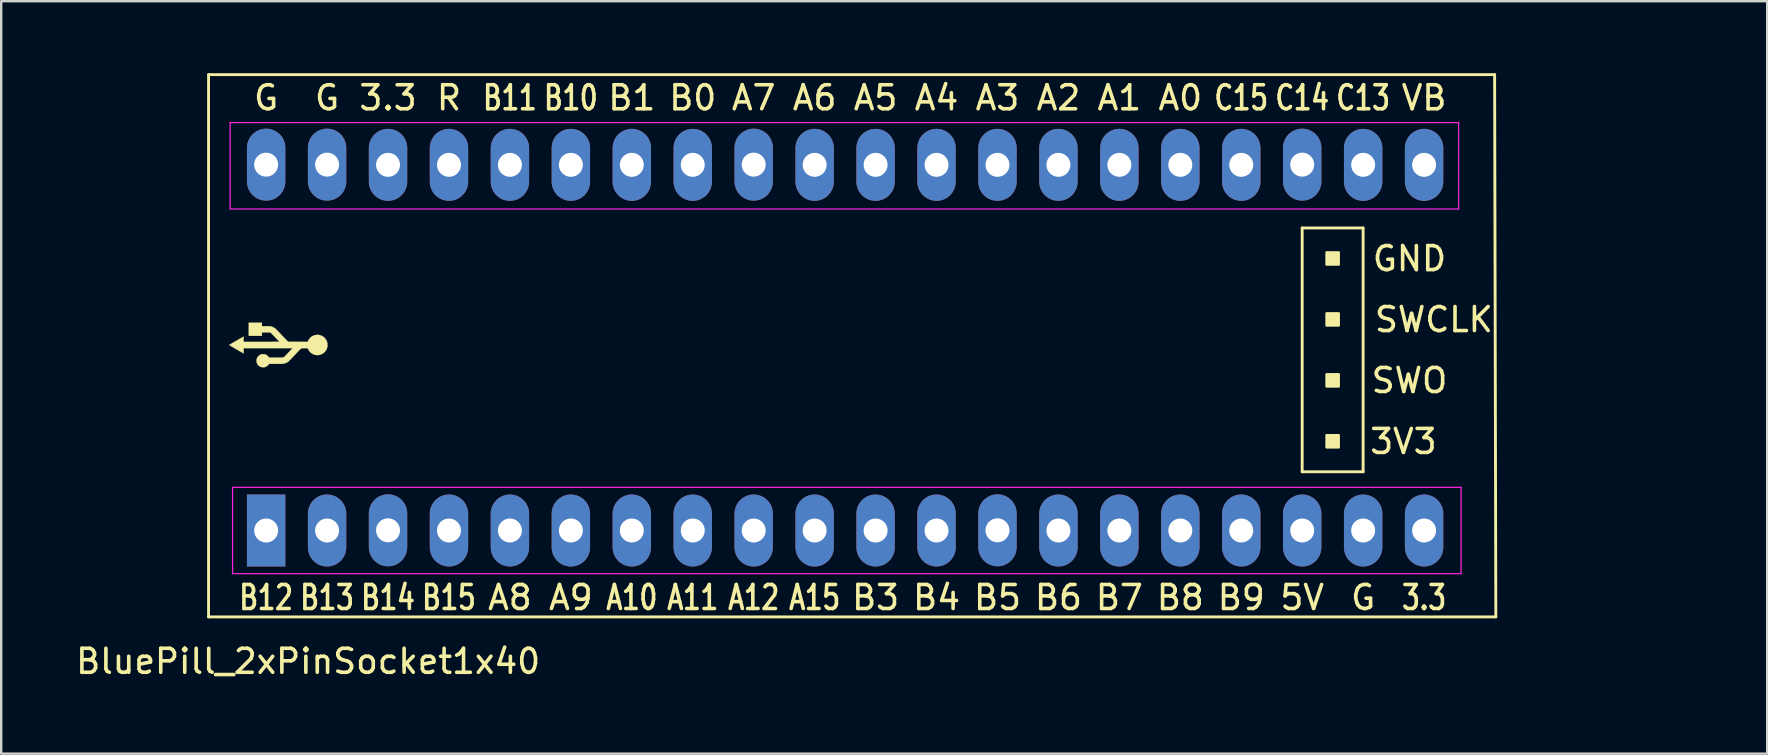
<source format=kicad_pcb>
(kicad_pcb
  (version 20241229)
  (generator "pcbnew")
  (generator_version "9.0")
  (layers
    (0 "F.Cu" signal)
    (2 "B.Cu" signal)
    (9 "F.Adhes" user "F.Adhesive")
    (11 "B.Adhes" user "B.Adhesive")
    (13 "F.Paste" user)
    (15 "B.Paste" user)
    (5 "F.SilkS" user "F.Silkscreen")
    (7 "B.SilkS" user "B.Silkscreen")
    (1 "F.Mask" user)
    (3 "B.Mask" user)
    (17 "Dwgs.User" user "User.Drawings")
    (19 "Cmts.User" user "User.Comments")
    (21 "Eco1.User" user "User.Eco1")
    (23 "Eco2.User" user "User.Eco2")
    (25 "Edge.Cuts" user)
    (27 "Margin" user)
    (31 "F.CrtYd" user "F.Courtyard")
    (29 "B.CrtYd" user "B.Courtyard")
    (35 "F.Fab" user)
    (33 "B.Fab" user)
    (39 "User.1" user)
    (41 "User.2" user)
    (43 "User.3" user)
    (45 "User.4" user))
  (footprint "BluePill_2xPinSocket1x40"
    (layer "F.Cu")
    (at 8.042 19.06)
    (property "Reference" "BluePill_2xPinSocket1x40" (at 1.75 5.453 180) (layer "F.SilkS") (effects (font (size 1 1) (thickness 0.15))))
    (attr through_hole)
    (fp_line (start -2.4 -19) (end 51.2 -19) (stroke (width 0.12) (type solid)) (layer "F.SilkS"))
    (fp_line (start -2.4 3.6) (end -2.4 -19) (stroke (width 0.12) (type solid)) (layer "F.SilkS"))
    (fp_line (start 43.179 -12.608) (end 43.179 -2.448) (stroke (width 0.12) (type solid)) (layer "F.SilkS"))
    (fp_line (start 43.179 -2.448) (end 45.719 -2.448) (stroke (width 0.12) (type solid)) (layer "F.SilkS"))
    (fp_line (start 45.719 -12.608) (end 43.179 -12.608) (stroke (width 0.12) (type solid)) (layer "F.SilkS"))
    (fp_line (start 45.719 -2.448) (end 45.719 -12.608) (stroke (width 0.12) (type solid)) (layer "F.SilkS"))
    (fp_line (start 51.2 -19) (end 51.25 3.6) (stroke (width 0.12) (type solid)) (layer "F.SilkS"))
    (fp_line (start 51.25 3.6) (end -2.4 3.6) (stroke (width 0.12) (type solid)) (layer "F.SilkS"))
    (fp_poly (pts (xy 44.195 -11.084) (xy 44.703 -11.084) (xy 44.703 -11.592) (xy 44.195 -11.592)) (stroke (width 0.1) (type solid)) (fill yes) (layer "F.SilkS"))
    (fp_poly (pts (xy 44.195 -8.544) (xy 44.703 -8.544) (xy 44.703 -9.052) (xy 44.195 -9.052)) (stroke (width 0.1) (type solid)) (fill yes) (layer "F.SilkS"))
    (fp_poly (pts (xy 44.195 -6.004) (xy 44.703 -6.004) (xy 44.703 -6.512) (xy 44.195 -6.512)) (stroke (width 0.1) (type solid)) (fill yes) (layer "F.SilkS"))
    (fp_poly (pts (xy 44.195 -3.464) (xy 44.703 -3.464) (xy 44.703 -3.972) (xy 44.195 -3.972)) (stroke (width 0.1) (type solid)) (fill yes) (layer "F.SilkS"))
    (fp_poly (pts (xy -1.538 -7.735) (xy -1.528 -7.742) (xy -1.511 -7.752) (xy -1.488 -7.765) (xy -1.461 -7.782) (xy -1.428 -7.801) (xy -1.392 -7.822) (xy -1.352 -7.845) (xy -1.309 -7.87) (xy -1.264 -7.896) (xy -1.24 -7.91) (xy -0.94 -8.083) (xy -0.939 -7.973) (xy -0.938 -7.863) (xy -0.193 -7.863) (xy -0.114 -7.863) (xy -0.037 -7.863) (xy 0.036 -7.863) (xy 0.107 -7.863) (xy 0.174 -7.863) (xy 0.237 -7.863) (xy 0.295 -7.864) (xy 0.349 -7.864) (xy 0.397 -7.864) (xy 0.44 -7.864) (xy 0.476 -7.864) (xy 0.506 -7.864) (xy 0.529 -7.865) (xy 0.544 -7.865) (xy 0.552 -7.865) (xy 0.552 -7.865) (xy 0.55 -7.869) (xy 0.541 -7.878) (xy 0.529 -7.892) (xy 0.512 -7.91) (xy 0.492 -7.931) (xy 0.469 -7.955) (xy 0.444 -7.982) (xy 0.417 -8.01) (xy 0.39 -8.038) (xy 0.362 -8.067) (xy 0.335 -8.096) (xy 0.308 -8.123) (xy 0.284 -8.149) (xy 0.261 -8.172) (xy 0.242 -8.192) (xy 0.225 -8.208) (xy 0.213 -8.22) (xy 0.206 -8.227) (xy 0.205 -8.228) (xy 0.191 -8.237) (xy 0.174 -8.245) (xy 0.165 -8.249) (xy 0.159 -8.251) (xy 0.152 -8.252) (xy 0.143 -8.254) (xy 0.132 -8.255) (xy 0.118 -8.256) (xy 0.1 -8.256) (xy 0.077 -8.256) (xy 0.048 -8.257) (xy 0.011 -8.257) (xy -0.017 -8.257) (xy -0.176 -8.257) (xy -0.176 -8.113) (xy -0.726 -8.113) (xy -0.726 -8.663) (xy -0.176 -8.663) (xy -0.176 -8.515) (xy 0.003 -8.514) (xy 0.182 -8.513) (xy 0.22 -8.501) (xy 0.261 -8.486) (xy 0.303 -8.467) (xy 0.343 -8.445) (xy 0.377 -8.421) (xy 0.377 -8.421) (xy 0.388 -8.412) (xy 0.405 -8.396) (xy 0.427 -8.374) (xy 0.455 -8.346) (xy 0.488 -8.312) (xy 0.527 -8.272) (xy 0.572 -8.225) (xy 0.623 -8.172) (xy 0.653 -8.14) (xy 0.698 -8.092) (xy 0.738 -8.051) (xy 0.773 -8.014) (xy 0.803 -7.983) (xy 0.828 -7.957) (xy 0.85 -7.935) (xy 0.867 -7.917) (xy 0.882 -7.903) (xy 0.894 -7.892) (xy 0.903 -7.884) (xy 0.91 -7.879) (xy 0.915 -7.875) (xy 0.915 -7.875) (xy 0.936 -7.865) (xy 1.734 -7.863) (xy 1.737 -7.872) (xy 1.739 -7.88) (xy 1.745 -7.893) (xy 1.752 -7.908) (xy 1.755 -7.914) (xy 1.785 -7.967) (xy 1.821 -8.014) (xy 1.863 -8.055) (xy 1.91 -8.09) (xy 1.963 -8.118) (xy 2.019 -8.139) (xy 2.037 -8.143) (xy 2.069 -8.149) (xy 2.105 -8.153) (xy 2.144 -8.153) (xy 2.182 -8.152) (xy 2.216 -8.148) (xy 2.237 -8.143) (xy 2.296 -8.123) (xy 2.35 -8.097) (xy 2.399 -8.064) (xy 2.442 -8.024) (xy 2.475 -7.984) (xy 2.507 -7.935) (xy 2.531 -7.884) (xy 2.547 -7.831) (xy 2.555 -7.773) (xy 2.557 -7.747) (xy 2.557 -7.725) (xy 2.557 -7.706) (xy 2.557 -7.69) (xy 2.557 -7.681) (xy 2.556 -7.681) (xy 2.547 -7.638) (xy 2.537 -7.601) (xy 2.526 -7.568) (xy 2.512 -7.538) (xy 2.5 -7.516) (xy 2.466 -7.468) (xy 2.428 -7.426) (xy 2.384 -7.39) (xy 2.336 -7.36) (xy 2.285 -7.337) (xy 2.231 -7.32) (xy 2.175 -7.311) (xy 2.118 -7.31) (xy 2.061 -7.316) (xy 2.011 -7.328) (xy 1.96 -7.348) (xy 1.911 -7.375) (xy 1.866 -7.407) (xy 1.827 -7.444) (xy 1.807 -7.466) (xy 1.794 -7.484) (xy 1.781 -7.505) (xy 1.767 -7.528) (xy 1.754 -7.551) (xy 1.744 -7.571) (xy 1.738 -7.588) (xy 1.737 -7.591) (xy 1.734 -7.601) (xy 1.612 -7.6) (xy 1.49 -7.598) (xy 1.461 -7.584) (xy 1.456 -7.582) (xy 1.451 -7.578) (xy 1.445 -7.574) (xy 1.438 -7.569) (xy 1.43 -7.562) (xy 1.42 -7.553) (xy 1.408 -7.541) (xy 1.393 -7.526) (xy 1.375 -7.508) (xy 1.354 -7.486) (xy 1.329 -7.46) (xy 1.3 -7.43) (xy 1.267 -7.394) (xy 1.228 -7.354) (xy 1.186 -7.309) (xy 1.141 -7.262) (xy 1.102 -7.221) (xy 1.068 -7.185) (xy 1.039 -7.154) (xy 1.013 -7.128) (xy 0.992 -7.105) (xy 0.973 -7.087) (xy 0.958 -7.071) (xy 0.945 -7.059) (xy 0.934 -7.049) (xy 0.925 -7.041) (xy 0.917 -7.034) (xy 0.91 -7.029) (xy 0.903 -7.025) (xy 0.847 -6.993) (xy 0.787 -6.97) (xy 0.724 -6.954) (xy 0.695 -6.949) (xy 0.683 -6.948) (xy 0.664 -6.947) (xy 0.636 -6.946) (xy 0.602 -6.946) (xy 0.561 -6.945) (xy 0.514 -6.945) (xy 0.461 -6.945) (xy 0.402 -6.944) (xy 0.39 -6.944) (xy 0.117 -6.944) (xy 0.106 -6.925) (xy 0.093 -6.907) (xy 0.075 -6.887) (xy 0.054 -6.867) (xy 0.033 -6.85) (xy 0.018 -6.839) (xy -0.025 -6.819) (xy -0.07 -6.806) (xy -0.116 -6.801) (xy -0.163 -6.803) (xy -0.209 -6.813) (xy -0.251 -6.83) (xy -0.291 -6.855) (xy -0.325 -6.885) (xy -0.353 -6.92) (xy -0.376 -6.959) (xy -0.391 -7.001) (xy -0.4 -7.046) (xy -0.402 -7.091) (xy -0.396 -7.137) (xy -0.386 -7.171) (xy -0.366 -7.213) (xy -0.34 -7.25) (xy -0.308 -7.283) (xy -0.271 -7.311) (xy -0.23 -7.333) (xy -0.193 -7.345) (xy -0.166 -7.35) (xy -0.134 -7.352) (xy -0.101 -7.351) (xy -0.072 -7.348) (xy -0.057 -7.345) (xy -0.023 -7.333) (xy 0.011 -7.315) (xy 0.043 -7.294) (xy 0.072 -7.269) (xy 0.095 -7.243) (xy 0.108 -7.225) (xy 0.118 -7.207) (xy 0.401 -7.207) (xy 0.457 -7.207) (xy 0.505 -7.207) (xy 0.546 -7.207) (xy 0.58 -7.207) (xy 0.609 -7.207) (xy 0.632 -7.208) (xy 0.651 -7.208) (xy 0.666 -7.209) (xy 0.678 -7.209) (xy 0.687 -7.21) (xy 0.694 -7.211) (xy 0.701 -7.213) (xy 0.706 -7.214) (xy 0.71 -7.216) (xy 0.729 -7.223) (xy 0.747 -7.233) (xy 0.757 -7.24) (xy 0.763 -7.245) (xy 0.773 -7.256) (xy 0.788 -7.271) (xy 0.807 -7.29) (xy 0.828 -7.312) (xy 0.852 -7.337) (xy 0.878 -7.363) (xy 0.905 -7.392) (xy 0.932 -7.42) (xy 0.959 -7.449) (xy 0.986 -7.477) (xy 1.011 -7.504) (xy 1.034 -7.528) (xy 1.055 -7.55) (xy 1.072 -7.569) (xy 1.086 -7.584) (xy 1.095 -7.594) (xy 1.098 -7.598) (xy 1.098 -7.599) (xy 1.094 -7.599) (xy 1.082 -7.599) (xy 1.062 -7.599) (xy 1.035 -7.599) (xy 1 -7.599) (xy 0.959 -7.6) (xy 0.912 -7.6) (xy 0.859 -7.6) (xy 0.8 -7.6) (xy 0.736 -7.6) (xy 0.667 -7.6) (xy 0.594 -7.6) (xy 0.517 -7.6) (xy 0.436 -7.6) (xy 0.352 -7.601) (xy 0.264 -7.601) (xy 0.174 -7.601) (xy 0.082 -7.601) (xy -0.938 -7.601) (xy -0.938 -7.49) (xy -0.938 -7.461) (xy -0.938 -7.434) (xy -0.939 -7.412) (xy -0.939 -7.395) (xy -0.94 -7.384) (xy -0.941 -7.381) (xy -0.947 -7.384) (xy -0.96 -7.391) (xy -0.978 -7.402) (xy -1.001 -7.415) (xy -1.029 -7.431) (xy -1.061 -7.449) (xy -1.096 -7.469) (xy -1.133 -7.491) (xy -1.172 -7.513) (xy -1.212 -7.537) (xy -1.252 -7.561) (xy -1.293 -7.584) (xy -1.332 -7.607) (xy -1.37 -7.63) (xy -1.406 -7.651) (xy -1.439 -7.671) (xy -1.469 -7.688) (xy -1.494 -7.703) (xy -1.515 -7.716) (xy -1.53 -7.725) (xy -1.54 -7.731) (xy -1.542 -7.733) (xy -1.538 -7.735)) (stroke (width 0.01) (type solid)) (fill yes) (layer "F.SilkS"))
    (fp_line (start 44.5 -12.5) (end 59.5 -12.5) (stroke (width 0.12) (type solid)) (layer "Eco2.User"))
    (fp_line (start 44.5 -10) (end 59.5 -10) (stroke (width 0.12) (type solid)) (layer "Eco2.User"))
    (fp_line (start 44.5 -7.5) (end 59.5 -7.5) (stroke (width 0.12) (type solid)) (layer "Eco2.User"))
    (fp_line (start 44.5 -5) (end 59.5 -5) (stroke (width 0.12) (type solid)) (layer "Eco2.User"))
    (fp_line (start 44.5 -2.5) (end 44.5 -12.5) (stroke (width 0.12) (type solid)) (layer "Eco2.User"))
    (fp_line (start 59.5 -12.5) (end 59.5 -2.5) (stroke (width 0.12) (type solid)) (layer "Eco2.User"))
    (fp_line (start 59.5 -2.5) (end 44.5 -2.5) (stroke (width 0.12) (type solid)) (layer "Eco2.User"))
    (fp_line (start -1.5 -17) (end -1.5 -13.4) (stroke (width 0.05) (type solid)) (layer "F.CrtYd"))
    (fp_line (start -1.5 -13.4) (end 49.7 -13.4) (stroke (width 0.05) (type solid)) (layer "F.CrtYd"))
    (fp_line (start -1.4 -1.8) (end -1.4 1.8) (stroke (width 0.05) (type solid)) (layer "F.CrtYd"))
    (fp_line (start -1.4 1.8) (end 49.8 1.8) (stroke (width 0.05) (type solid)) (layer "F.CrtYd"))
    (fp_line (start 49.7 -17) (end -1.5 -17) (stroke (width 0.05) (type solid)) (layer "F.CrtYd"))
    (fp_line (start 49.7 -13.4) (end 49.7 -17) (stroke (width 0.05) (type solid)) (layer "F.CrtYd"))
    (fp_line (start 49.8 -1.8) (end -1.4 -1.8) (stroke (width 0.05) (type solid)) (layer "F.CrtYd"))
    (fp_line (start 49.8 1.8) (end 49.8 -1.8) (stroke (width 0.05) (type solid)) (layer "F.CrtYd"))
    (fp_text user "B14" (at 5.08 2.794 0) (layer "F.SilkS") (effects (font (size 1 0.762) (thickness 0.15))))
    (fp_text user "A1" (at 35.56 -18.034 0) (layer "F.SilkS") (effects (font (size 1 1) (thickness 0.15))))
    (fp_text user "A9" (at 12.7 2.794 0) (layer "F.SilkS") (effects (font (size 1 1) (thickness 0.15))))
    (fp_text user "C15" (at 40.64 -18.034 0) (layer "F.SilkS") (effects (font (size 1 0.762) (thickness 0.15))))
    (fp_text user "B3" (at 25.4 2.794 0) (layer "F.SilkS") (effects (font (size 1 1) (thickness 0.15))))
    (fp_text user "B10" (at 12.7 -18.034 0) (layer "F.SilkS") (effects (font (size 1 0.762) (thickness 0.15))))
    (fp_text user "G" (at 2.54 -18.034 0) (layer "F.SilkS") (effects (font (size 1 1) (thickness 0.15))))
    (fp_text user "R" (at 7.62 -18.034 0) (layer "F.SilkS") (effects (font (size 1 1) (thickness 0.15))))
    (fp_text user "B12" (at 0 2.794 0) (layer "F.SilkS") (effects (font (size 1 0.762) (thickness 0.15))))
    (fp_text user "B0" (at 17.78 -18.034 0) (layer "F.SilkS") (effects (font (size 1 1) (thickness 0.15))))
    (fp_text user "3.3" (at 5.08 -18.034 0) (layer "F.SilkS") (effects (font (size 1 1) (thickness 0.15))))
    (fp_text user "A11" (at 17.78 2.794 0) (layer "F.SilkS") (effects (font (size 1 0.762) (thickness 0.15))))
    (fp_text user "A12" (at 20.32 2.794 0) (layer "F.SilkS") (effects (font (size 1 0.762) (thickness 0.15))))
    (fp_text user "5V" (at 43.18 2.794 0) (layer "F.SilkS") (effects (font (size 1 1) (thickness 0.15))))
    (fp_text user "B8" (at 38.1 2.794 0) (layer "F.SilkS") (effects (font (size 1 1) (thickness 0.15))))
    (fp_text user "C13" (at 45.72 -18.034 0) (layer "F.SilkS") (effects (font (size 1 0.762) (thickness 0.15))))
    (fp_text user "A7" (at 20.32 -18.034 0) (layer "F.SilkS") (effects (font (size 1 1) (thickness 0.15))))
    (fp_text user "SWCLK" (at 48.668 -8.79 0) (layer "F.SilkS") (effects (font (size 1 1) (thickness 0.15))))
    (fp_text user "B13" (at 2.54 2.794 0) (layer "F.SilkS") (effects (font (size 1 0.762) (thickness 0.15))))
    (fp_text user "B5" (at 30.48 2.794 0) (layer "F.SilkS") (effects (font (size 1 1) (thickness 0.15))))
    (fp_text user "B7" (at 35.56 2.794 0) (layer "F.SilkS") (effects (font (size 1 1) (thickness 0.15))))
    (fp_text user "B9" (at 40.64 2.794 0) (layer "F.SilkS") (effects (font (size 1 1) (thickness 0.15))))
    (fp_text user "3V3" (at 47.398 -3.71 0) (layer "F.SilkS") (effects (font (size 1 1) (thickness 0.15))))
    (fp_text user "GND" (at 47.652 -11.33 0) (layer "F.SilkS") (effects (font (size 1 1) (thickness 0.15))))
    (fp_text user "B1" (at 15.24 -18.034 0) (layer "F.SilkS") (effects (font (size 1 1) (thickness 0.15))))
    (fp_text user "A8" (at 10.16 2.794 0) (layer "F.SilkS") (effects (font (size 1 1) (thickness 0.15))))
    (fp_text user "3.3" (at 48.26 2.794 0) (layer "F.SilkS") (effects (font (size 1 0.762) (thickness 0.15))))
    (fp_text user "A4" (at 27.94 -18.034 0) (layer "F.SilkS") (effects (font (size 1 1) (thickness 0.15))))
    (fp_text user "SWO" (at 47.652 -6.25 0) (layer "F.SilkS") (effects (font (size 1 1) (thickness 0.15))))
    (fp_text user "C14" (at 43.18 -18.034 0) (layer "F.SilkS") (effects (font (size 1 0.762) (thickness 0.15))))
    (fp_text user "A6" (at 22.86 -18.034 0) (layer "F.SilkS") (effects (font (size 1 1) (thickness 0.15))))
    (fp_text user "A15" (at 22.86 2.794 0) (layer "F.SilkS") (effects (font (size 1 0.762) (thickness 0.15))))
    (fp_text user "A5" (at 25.4 -18.034 0) (layer "F.SilkS") (effects (font (size 1 1) (thickness 0.15))))
    (fp_text user "B15" (at 7.62 2.794 0) (layer "F.SilkS") (effects (font (size 1 0.762) (thickness 0.15))))
    (fp_text user "VB" (at 48.26 -18.034 0) (layer "F.SilkS") (effects (font (size 1 1) (thickness 0.15))))
    (fp_text user "B6" (at 33.02 2.794 0) (layer "F.SilkS") (effects (font (size 1 1) (thickness 0.15))))
    (fp_text user "A0" (at 38.1 -18.034 0) (layer "F.SilkS") (effects (font (size 1 1) (thickness 0.15))))
    (fp_text user "B4" (at 27.94 2.794 0) (layer "F.SilkS") (effects (font (size 1 1) (thickness 0.15))))
    (fp_text user "G" (at 45.72 2.794 0) (layer "F.SilkS") (effects (font (size 1 1) (thickness 0.15))))
    (fp_text user "A3" (at 30.48 -18.034 0) (layer "F.SilkS") (effects (font (size 1 1) (thickness 0.15))))
    (fp_text user "A10" (at 15.24 2.794 0) (layer "F.SilkS") (effects (font (size 1 0.762) (thickness 0.15))))
    (fp_text user "G" (at 0 -18.034 0) (layer "F.SilkS") (effects (font (size 1 1) (thickness 0.15))))
    (fp_text user "B11" (at 10.16 -18.034 0) (layer "F.SilkS") (effects (font (size 1 0.762) (thickness 0.15))))
    (fp_text user "A2" (at 33.02 -18.034 0) (layer "F.SilkS") (effects (font (size 1 1) (thickness 0.15))))
    (pad "1" thru_hole rect (at 0 0) (size 1.6 3) (drill 1) (layers "*.Cu" "*.Mask"))
    (pad "2" thru_hole oval (at 2.54 0) (size 1.6 3) (drill 1) (layers "*.Cu" "*.Mask"))
    (pad "3" thru_hole oval (at 5.08 -0.008) (size 1.6 3) (drill 1) (layers "*.Cu" "*.Mask"))
    (pad "4" thru_hole oval (at 7.62 0) (size 1.6 3) (drill 1) (layers "*.Cu" "*.Mask"))
    (pad "5" thru_hole oval (at 10.16 0) (size 1.6 3) (drill 1) (layers "*.Cu" "*.Mask"))
    (pad "6" thru_hole oval (at 12.7 0) (size 1.6 3) (drill 1) (layers "*.Cu" "*.Mask"))
    (pad "7" thru_hole oval (at 15.24 0) (size 1.6 3) (drill 1) (layers "*.Cu" "*.Mask"))
    (pad "8" thru_hole oval (at 17.78 0) (size 1.6 3) (drill 1) (layers "*.Cu" "*.Mask"))
    (pad "9" thru_hole oval (at 20.32 0) (size 1.6 3) (drill 1) (layers "*.Cu" "*.Mask"))
    (pad "10" thru_hole oval (at 22.86 0) (size 1.6 3) (drill 1) (layers "*.Cu" "*.Mask"))
    (pad "11" thru_hole oval (at 25.4 0) (size 1.6 3) (drill 1) (layers "*.Cu" "*.Mask"))
    (pad "12" thru_hole oval (at 27.94 0) (size 1.6 3) (drill 1) (layers "*.Cu" "*.Mask"))
    (pad "13" thru_hole oval (at 30.48 -0.008) (size 1.6 3) (drill 1) (layers "*.Cu" "*.Mask"))
    (pad "14" thru_hole oval (at 33.02 0) (size 1.6 3) (drill 1) (layers "*.Cu" "*.Mask"))
    (pad "15" thru_hole oval (at 35.56 0) (size 1.6 3) (drill 1) (layers "*.Cu" "*.Mask"))
    (pad "16" thru_hole oval (at 38.1 0) (size 1.6 3) (drill 1) (layers "*.Cu" "*.Mask"))
    (pad "17" thru_hole oval (at 40.64 0) (size 1.6 3) (drill 1) (layers "*.Cu" "*.Mask"))
    (pad "18" thru_hole oval (at 43.18 0) (size 1.6 3) (drill 1) (layers "*.Cu" "*.Mask"))
    (pad "19" thru_hole oval (at 45.72 0) (size 1.6 3) (drill 1) (layers "*.Cu" "*.Mask"))
    (pad "20" thru_hole oval (at 48.26 0) (size 1.6 3) (drill 1) (layers "*.Cu" "*.Mask"))
    (pad "21" thru_hole oval (at 48.26 -15.24) (size 1.6 3) (drill 1) (layers "*.Cu" "*.Mask"))
    (pad "22" thru_hole oval (at 45.72 -15.24) (size 1.6 3) (drill 1) (layers "*.Cu" "*.Mask"))
    (pad "23" thru_hole oval (at 43.18 -15.248) (size 1.6 3) (drill 1) (layers "*.Cu" "*.Mask"))
    (pad "24" thru_hole oval (at 40.64 -15.24) (size 1.6 3) (drill 1) (layers "*.Cu" "*.Mask"))
    (pad "25" thru_hole oval (at 38.1 -15.24) (size 1.6 3) (drill 1) (layers "*.Cu" "*.Mask"))
    (pad "26" thru_hole oval (at 35.56 -15.24) (size 1.6 3) (drill 1) (layers "*.Cu" "*.Mask"))
    (pad "27" thru_hole oval (at 33.02 -15.24) (size 1.6 3) (drill 1) (layers "*.Cu" "*.Mask"))
    (pad "28" thru_hole oval (at 30.48 -15.24) (size 1.6 3) (drill 1) (layers "*.Cu" "*.Mask"))
    (pad "29" thru_hole oval (at 27.94 -15.24) (size 1.6 3) (drill 1) (layers "*.Cu" "*.Mask"))
    (pad "30" thru_hole oval (at 25.4 -15.24) (size 1.6 3) (drill 1) (layers "*.Cu" "*.Mask"))
    (pad "31" thru_hole oval (at 22.86 -15.24) (size 1.6 3) (drill 1) (layers "*.Cu" "*.Mask"))
    (pad "32" thru_hole oval (at 20.32 -15.248) (size 1.6 3) (drill 1) (layers "*.Cu" "*.Mask"))
    (pad "33" thru_hole oval (at 17.78 -15.24) (size 1.6 3) (drill 1) (layers "*.Cu" "*.Mask"))
    (pad "34" thru_hole oval (at 15.24 -15.24) (size 1.6 3) (drill 1) (layers "*.Cu" "*.Mask"))
    (pad "35" thru_hole oval (at 12.7 -15.24) (size 1.6 3) (drill 1) (layers "*.Cu" "*.Mask"))
    (pad "36" thru_hole oval (at 10.16 -15.24) (size 1.6 3) (drill 1) (layers "*.Cu" "*.Mask"))
    (pad "37" thru_hole oval (at 7.62 -15.24) (size 1.6 3) (drill 1) (layers "*.Cu" "*.Mask"))
    (pad "38" thru_hole oval (at 5.08 -15.24) (size 1.6 3) (drill 1) (layers "*.Cu" "*.Mask"))
    (pad "39" thru_hole oval (at 2.54 -15.248) (size 1.6 3) (drill 1) (layers "*.Cu" "*.Mask"))
    (pad "40" thru_hole oval (at 0 -15.248) (size 1.6 3) (drill 1) (layers "*.Cu" "*.Mask")))
  (gr_rect
    (start -3 -3)
    (end 70.602 28.362)
    (stroke (width 0.1) (type default))
    (fill no)
    (layer "Edge.Cuts")))
</source>
